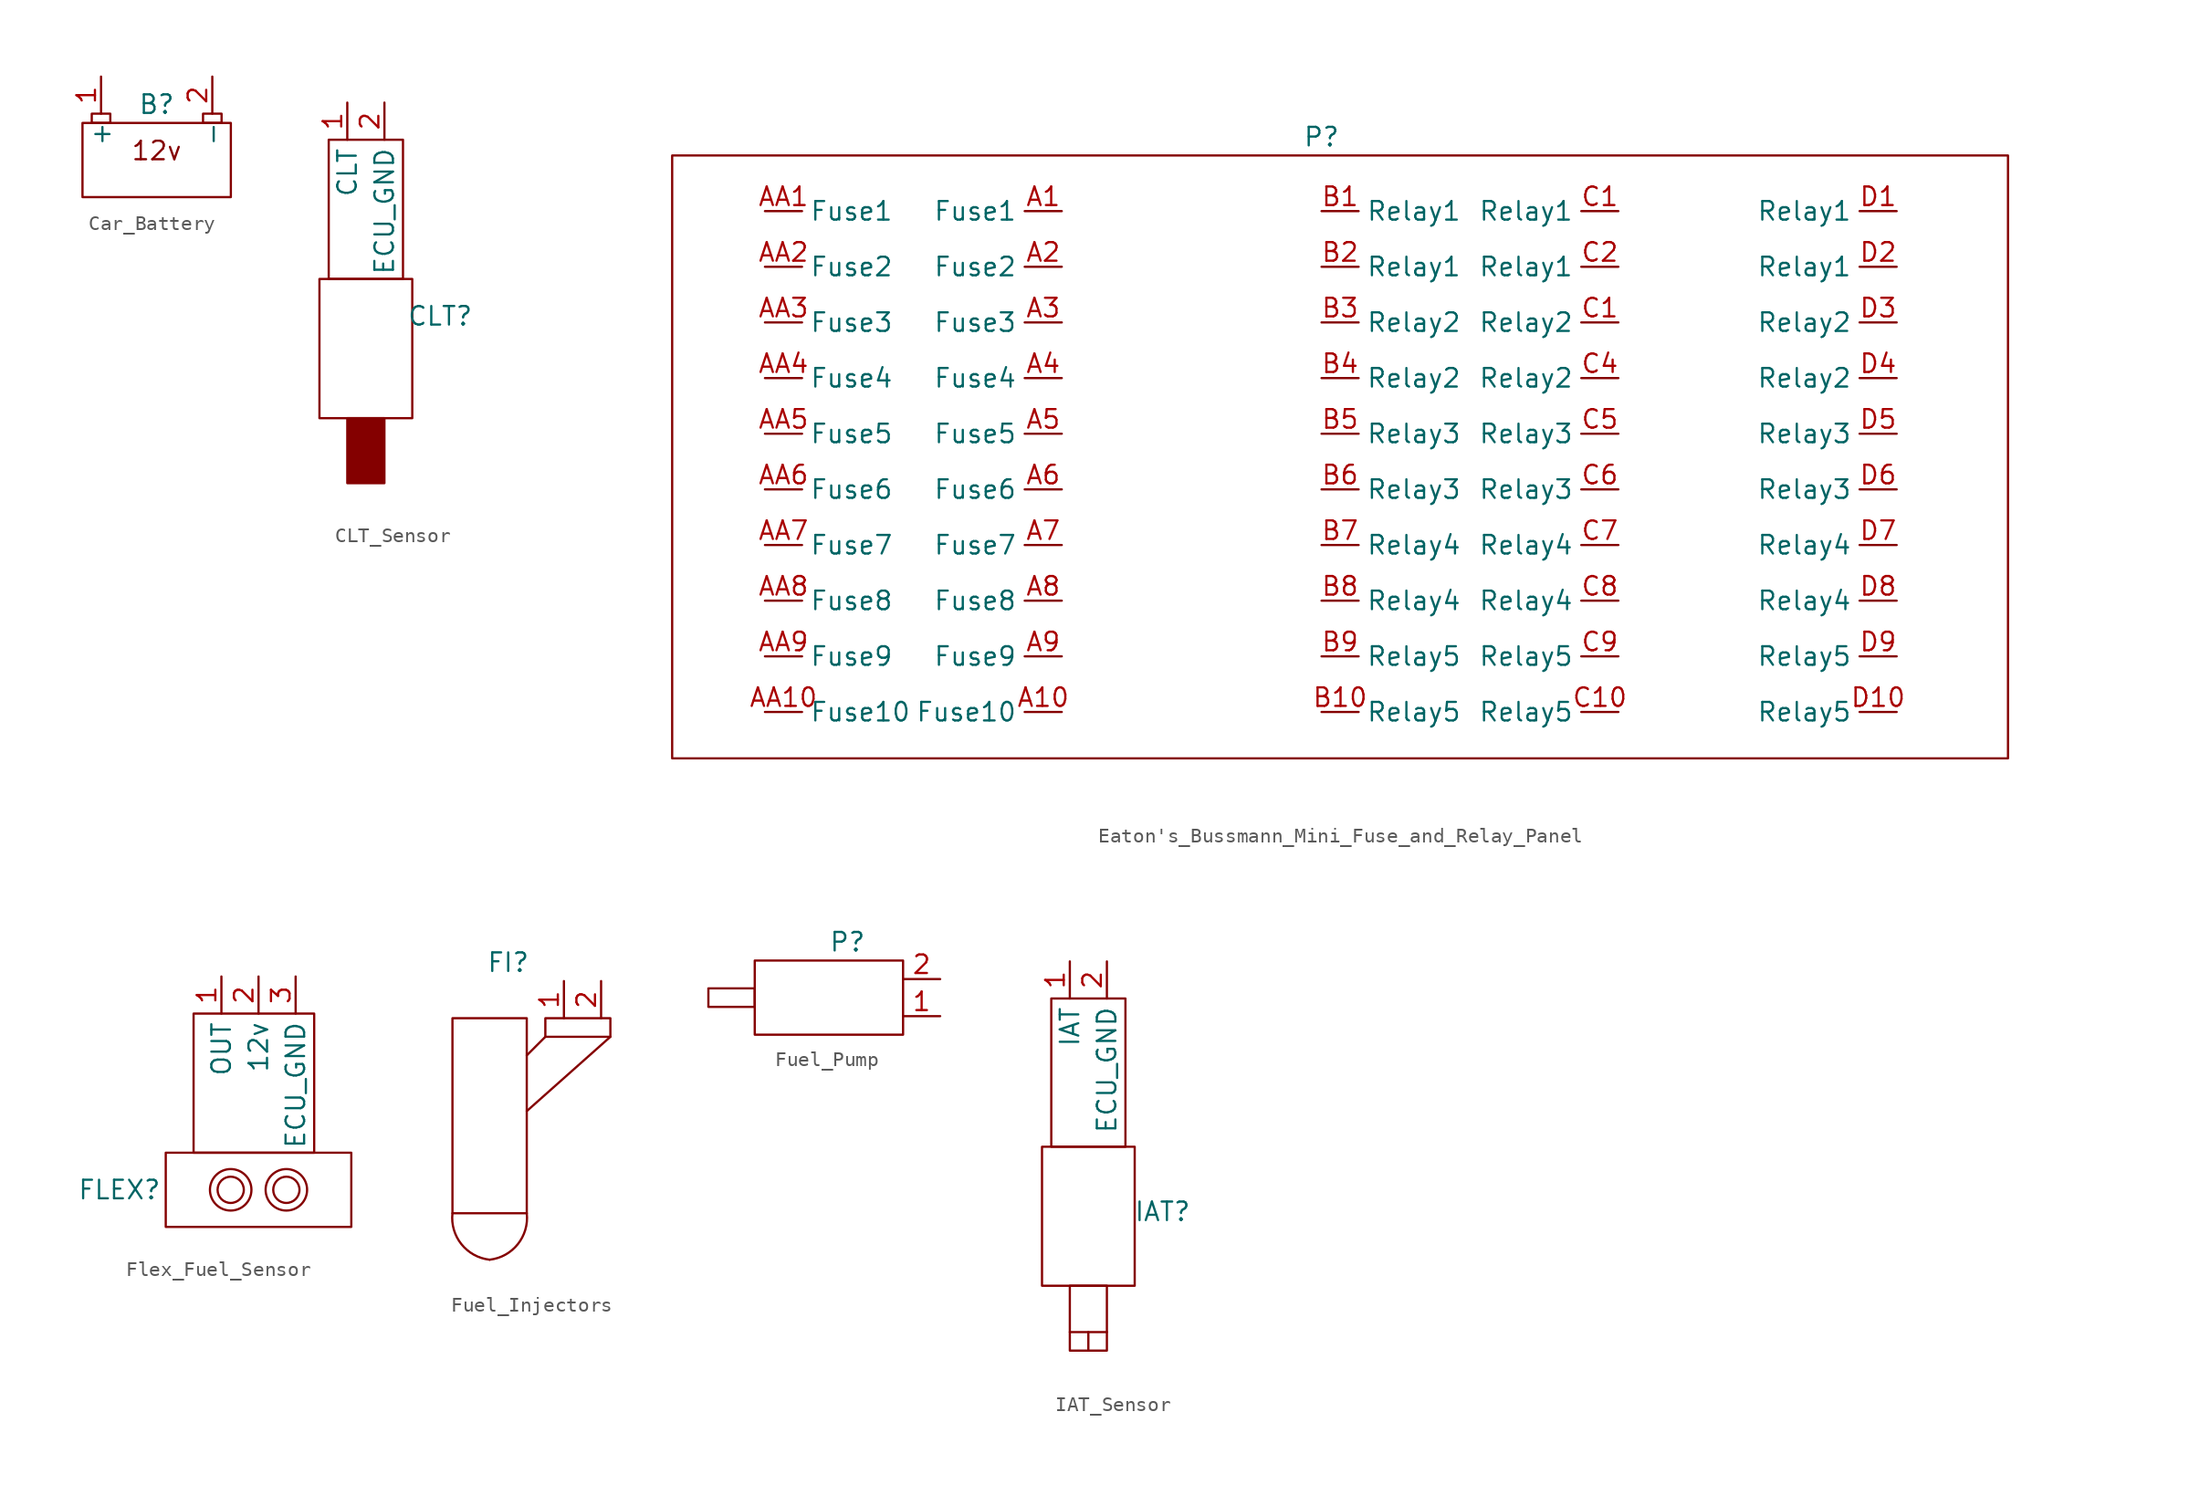
<source format=kicad_sym>
(kicad_symbol_lib
  (version 20220914)
  (generator kicad_symbol_editor)
  (symbol "Car_Battery"
    (property "Reference" "B"
      (at 0 -0.635 0)
      (effects (font (size 1.27 1.27))))
    (property "Value" ""
      (at 0 -0.635 0)
      (effects (font (size 1.27 1.27))))
    (symbol "Car_Battery_0_1"
      (rectangle (start -5.08 -1.905) (end 5.08 -6.985) (stroke (width 0) (type default)) (fill (type none)))
      (rectangle (start -4.445 -1.27) (end -3.175 -1.905) (stroke (width 0) (type default)) (fill (type none)))
      (rectangle (start 3.175 -1.27) (end 4.445 -1.905) (stroke (width 0) (type default)) (fill (type none))))
    (symbol "Car_Battery_1_1"
      (text "12v" (at 0 -3.81 0) (effects (font (size 1.27 1.27))))
      (pin power_out line (at -3.81 1.27 270) (length 2.54) (name "+" (effects (font (size 1.27 1.27)))) (number "1" (effects (font (size 1.27 1.27)))))
      (pin power_out line (at 3.81 1.27 270) (length 2.54) (name "-" (effects (font (size 1.27 1.27)))) (number "2" (effects (font (size 1.27 1.27)))))))
  (symbol "CLT_Sensor"
    (property "Reference" "CLT"
      (at 5.08 0.635 0)
      (effects (font (size 1.27 1.27))))
    (property "Value" ""
      (at 0 0.635 0)
      (effects (font (size 1.27 1.27))))
    (symbol "CLT_Sensor_0_1"
      (rectangle (start -3.175 3.175) (end 3.175 -6.35) (stroke (width 0) (type default)) (fill (type none)))
      (rectangle (start -2.54 12.7) (end 2.54 3.175) (stroke (width 0) (type default)) (fill (type none))))
    (symbol "CLT_Sensor_1_1"
      (rectangle (start -1.27 -6.35) (end 1.27 -10.795) (stroke (width 0) (type default)) (fill (type outline)))
      (pin input line (at -1.27 15.24 270) (length 2.54) (name "CLT" (effects (font (size 1.27 1.27)))) (number "1" (effects (font (size 1.27 1.27)))))
      (pin output line (at 1.27 15.24 270) (length 2.54) (name "ECU_GND" (effects (font (size 1.27 1.27)))) (number "2" (effects (font (size 1.27 1.27)))))))
  (symbol "Eaton's_Bussmann_Mini_Fuse_and_Relay_Panel"
    (property "Reference" "P"
      (at 0 20.32 0)
      (effects (font (size 1.27 1.27))))
    (property "Value" ""
      (at -14.605 -17.145 0)
      (effects (font (size 1.27 1.27))))
    (symbol "Eaton's_Bussmann_Mini_Fuse_and_Relay_Panel_0_1"
      (rectangle (start -44.45 19.05) (end 46.99 -22.225) (stroke (width 0) (type default)) (fill (type none))))
    (symbol "Eaton's_Bussmann_Mini_Fuse_and_Relay_Panel_1_1"
      (pin output line (at -17.78 15.24 180) (length 2.54) (name "Fuse1" (effects (font (size 1.27 1.27)))) (number "A1" (effects (font (size 1.27 1.27)))))
      (pin output line (at -17.78 -19.05 180) (length 2.54) (name "Fuse10" (effects (font (size 1.27 1.27)))) (number "A10" (effects (font (size 1.27 1.27)))))
      (pin output line (at -17.78 11.43 180) (length 2.54) (name "Fuse2" (effects (font (size 1.27 1.27)))) (number "A2" (effects (font (size 1.27 1.27)))))
      (pin output line (at -17.78 7.62 180) (length 2.54) (name "Fuse3" (effects (font (size 1.27 1.27)))) (number "A3" (effects (font (size 1.27 1.27)))))
      (pin output line (at -17.78 3.81 180) (length 2.54) (name "Fuse4" (effects (font (size 1.27 1.27)))) (number "A4" (effects (font (size 1.27 1.27)))))
      (pin output line (at -17.78 0 180) (length 2.54) (name "Fuse5" (effects (font (size 1.27 1.27)))) (number "A5" (effects (font (size 1.27 1.27)))))
      (pin output line (at -17.78 -3.81 180) (length 2.54) (name "Fuse6" (effects (font (size 1.27 1.27)))) (number "A6" (effects (font (size 1.27 1.27)))))
      (pin output line (at -17.78 -7.62 180) (length 2.54) (name "Fuse7" (effects (font (size 1.27 1.27)))) (number "A7" (effects (font (size 1.27 1.27)))))
      (pin output line (at -17.78 -11.43 180) (length 2.54) (name "Fuse8" (effects (font (size 1.27 1.27)))) (number "A8" (effects (font (size 1.27 1.27)))))
      (pin output line (at -17.78 -15.24 180) (length 2.54) (name "Fuse9" (effects (font (size 1.27 1.27)))) (number "A9" (effects (font (size 1.27 1.27)))))
      (pin input line (at -38.1 15.24 0) (length 2.54) (name "Fuse1" (effects (font (size 1.27 1.27)))) (number "AA1" (effects (font (size 1.27 1.27)))))
      (pin input line (at -38.1 -19.05 0) (length 2.54) (name "Fuse10" (effects (font (size 1.27 1.27)))) (number "AA10" (effects (font (size 1.27 1.27)))))
      (pin input line (at -38.1 11.43 0) (length 2.54) (name "Fuse2" (effects (font (size 1.27 1.27)))) (number "AA2" (effects (font (size 1.27 1.27)))))
      (pin input line (at -38.1 7.62 0) (length 2.54) (name "Fuse3" (effects (font (size 1.27 1.27)))) (number "AA3" (effects (font (size 1.27 1.27)))))
      (pin input line (at -38.1 3.81 0) (length 2.54) (name "Fuse4" (effects (font (size 1.27 1.27)))) (number "AA4" (effects (font (size 1.27 1.27)))))
      (pin input line (at -38.1 0 0) (length 2.54) (name "Fuse5" (effects (font (size 1.27 1.27)))) (number "AA5" (effects (font (size 1.27 1.27)))))
      (pin input line (at -38.1 -3.81 0) (length 2.54) (name "Fuse6" (effects (font (size 1.27 1.27)))) (number "AA6" (effects (font (size 1.27 1.27)))))
      (pin input line (at -38.1 -7.62 0) (length 2.54) (name "Fuse7" (effects (font (size 1.27 1.27)))) (number "AA7" (effects (font (size 1.27 1.27)))))
      (pin input line (at -38.1 -11.43 0) (length 2.54) (name "Fuse8" (effects (font (size 1.27 1.27)))) (number "AA8" (effects (font (size 1.27 1.27)))))
      (pin input line (at -38.1 -15.24 0) (length 2.54) (name "Fuse9" (effects (font (size 1.27 1.27)))) (number "AA9" (effects (font (size 1.27 1.27)))))
      (pin input line (at 0 15.24 0) (length 2.54) (name "Relay1" (effects (font (size 1.27 1.27)))) (number "B1" (effects (font (size 1.27 1.27)))))
      (pin input line (at 0 -19.05 0) (length 2.54) (name "Relay5" (effects (font (size 1.27 1.27)))) (number "B10" (effects (font (size 1.27 1.27)))))
      (pin input line (at 0 11.43 0) (length 2.54) (name "Relay1" (effects (font (size 1.27 1.27)))) (number "B2" (effects (font (size 1.27 1.27)))))
      (pin input line (at 0 7.62 0) (length 2.54) (name "Relay2" (effects (font (size 1.27 1.27)))) (number "B3" (effects (font (size 1.27 1.27)))))
      (pin input line (at 0 3.81 0) (length 2.54) (name "Relay2" (effects (font (size 1.27 1.27)))) (number "B4" (effects (font (size 1.27 1.27)))))
      (pin input line (at 0 0 0) (length 2.54) (name "Relay3" (effects (font (size 1.27 1.27)))) (number "B5" (effects (font (size 1.27 1.27)))))
      (pin input line (at 0 -3.81 0) (length 2.54) (name "Relay3" (effects (font (size 1.27 1.27)))) (number "B6" (effects (font (size 1.27 1.27)))))
      (pin input line (at 0 -7.62 0) (length 2.54) (name "Relay4" (effects (font (size 1.27 1.27)))) (number "B7" (effects (font (size 1.27 1.27)))))
      (pin input line (at 0 -11.43 0) (length 2.54) (name "Relay4" (effects (font (size 1.27 1.27)))) (number "B8" (effects (font (size 1.27 1.27)))))
      (pin input line (at 0 -15.24 0) (length 2.54) (name "Relay5" (effects (font (size 1.27 1.27)))) (number "B9" (effects (font (size 1.27 1.27)))))
      (pin output line (at 20.32 15.24 180) (length 2.54) (name "Relay1" (effects (font (size 1.27 1.27)))) (number "C1" (effects (font (size 1.27 1.27)))))
      (pin output line (at 20.32 7.62 180) (length 2.54) (name "Relay2" (effects (font (size 1.27 1.27)))) (number "C1" (effects (font (size 1.27 1.27)))))
      (pin output line (at 20.32 -19.05 180) (length 2.54) (name "Relay5" (effects (font (size 1.27 1.27)))) (number "C10" (effects (font (size 1.27 1.27)))))
      (pin output line (at 20.32 11.43 180) (length 2.54) (name "Relay1" (effects (font (size 1.27 1.27)))) (number "C2" (effects (font (size 1.27 1.27)))))
      (pin output line (at 20.32 3.81 180) (length 2.54) (name "Relay2" (effects (font (size 1.27 1.27)))) (number "C4" (effects (font (size 1.27 1.27)))))
      (pin output line (at 20.32 0 180) (length 2.54) (name "Relay3" (effects (font (size 1.27 1.27)))) (number "C5" (effects (font (size 1.27 1.27)))))
      (pin output line (at 20.32 -3.81 180) (length 2.54) (name "Relay3" (effects (font (size 1.27 1.27)))) (number "C6" (effects (font (size 1.27 1.27)))))
      (pin output line (at 20.32 -7.62 180) (length 2.54) (name "Relay4" (effects (font (size 1.27 1.27)))) (number "C7" (effects (font (size 1.27 1.27)))))
      (pin output line (at 20.32 -11.43 180) (length 2.54) (name "Relay4" (effects (font (size 1.27 1.27)))) (number "C8" (effects (font (size 1.27 1.27)))))
      (pin output line (at 20.32 -15.24 180) (length 2.54) (name "Relay5" (effects (font (size 1.27 1.27)))) (number "C9" (effects (font (size 1.27 1.27)))))
      (pin output line (at 39.37 15.24 180) (length 2.54) (name "Relay1" (effects (font (size 1.27 1.27)))) (number "D1" (effects (font (size 1.27 1.27)))))
      (pin output line (at 39.37 -19.05 180) (length 2.54) (name "Relay5" (effects (font (size 1.27 1.27)))) (number "D10" (effects (font (size 1.27 1.27)))))
      (pin output line (at 39.37 11.43 180) (length 2.54) (name "Relay1" (effects (font (size 1.27 1.27)))) (number "D2" (effects (font (size 1.27 1.27)))))
      (pin output line (at 39.37 7.62 180) (length 2.54) (name "Relay2" (effects (font (size 1.27 1.27)))) (number "D3" (effects (font (size 1.27 1.27)))))
      (pin output line (at 39.37 3.81 180) (length 2.54) (name "Relay2" (effects (font (size 1.27 1.27)))) (number "D4" (effects (font (size 1.27 1.27)))))
      (pin output line (at 39.37 0 180) (length 2.54) (name "Relay3" (effects (font (size 1.27 1.27)))) (number "D5" (effects (font (size 1.27 1.27)))))
      (pin output line (at 39.37 -3.81 180) (length 2.54) (name "Relay3" (effects (font (size 1.27 1.27)))) (number "D6" (effects (font (size 1.27 1.27)))))
      (pin output line (at 39.37 -7.62 180) (length 2.54) (name "Relay4" (effects (font (size 1.27 1.27)))) (number "D7" (effects (font (size 1.27 1.27)))))
      (pin output line (at 39.37 -11.43 180) (length 2.54) (name "Relay4" (effects (font (size 1.27 1.27)))) (number "D8" (effects (font (size 1.27 1.27)))))
      (pin output line (at 39.37 -15.24 180) (length 2.54) (name "Relay5" (effects (font (size 1.27 1.27)))) (number "D9" (effects (font (size 1.27 1.27)))))))
  (symbol "Flex_Fuel_Sensor"
    (property "Reference" "FLEX"
      (at -9.525 -16.51 0)
      (effects (font (size 1.27 1.27))))
    (property "Value" ""
      (at 0 0 0)
      (effects (font (size 1.27 1.27))))
    (symbol "Flex_Fuel_Sensor_0_1"
      (rectangle (start -6.35 -13.97) (end 6.35 -19.05) (stroke (width 0) (type default)) (fill (type none)))
      (rectangle (start -4.445 -4.445) (end 3.81 -13.97) (stroke (width 0) (type default)) (fill (type none)))
      (circle (center -1.905 -16.51) (radius 0.898) (stroke (width 0) (type default)) (fill (type none)))
      (circle (center -1.905 -16.51) (radius 1.42) (stroke (width 0) (type default)) (fill (type none)))
      (circle (center 1.905 -16.51) (radius 0.898) (stroke (width 0) (type default)) (fill (type none)))
      (circle (center 1.905 -16.51) (radius 1.42) (stroke (width 0) (type default)) (fill (type none))))
    (symbol "Flex_Fuel_Sensor_1_1"
      (pin output line (at -2.54 -1.905 270) (length 2.54) (name "OUT" (effects (font (size 1.27 1.27)))) (number "1" (effects (font (size 1.27 1.27)))))
      (pin input line (at 0 -1.905 270) (length 2.54) (name "12v" (effects (font (size 1.27 1.27)))) (number "2" (effects (font (size 1.27 1.27)))))
      (pin input line (at 2.54 -1.905 270) (length 2.54) (name "ECU_GND" (effects (font (size 1.27 1.27)))) (number "3" (effects (font (size 1.27 1.27)))))))
  (symbol "Fuel_Injectors"
    (property "Reference" "FI"
      (at 0 7.62 0)
      (effects (font (size 1.27 1.27))))
    (property "Value" ""
      (at 0 0 0)
      (effects (font (size 1.27 1.27))))
    (symbol "Fuel_Injectors_0_1"
      (arc (start -3.81 -9.525) (mid -3.1976 -11.6386) (end -1.27 -12.7) (stroke (width 0) (type default)) (fill (type none)))
      (rectangle (start -3.81 3.81) (end 1.27 -9.525) (stroke (width 0) (type default)) (fill (type none)))
      (arc (start -1.27 -12.7) (mid 0.6576 -11.6386) (end 1.27 -9.525) (stroke (width 0) (type default)) (fill (type none)))
      (polyline (pts (xy 6.985 2.54) (xy 1.27 -2.54)) (stroke (width 0) (type default)) (fill (type none)))
      (polyline (pts (xy 2.54 2.54) (xy 1.27 1.27) (xy 1.905 1.905)) (stroke (width 0) (type default)) (fill (type none)))
      (rectangle (start 2.54 3.81) (end 6.985 2.54) (stroke (width 0) (type default)) (fill (type none))))
    (symbol "Fuel_Injectors_1_1"
      (pin output line (at 3.81 6.35 270) (length 2.54) (name "" (effects (font (size 1.27 1.27)))) (number "1" (effects (font (size 1.27 1.27)))))
      (pin input line (at 6.35 6.35 270) (length 2.54) (name "" (effects (font (size 1.27 1.27)))) (number "2" (effects (font (size 1.27 1.27)))))))
  (symbol "Fuel_Pump"
    (property "Reference" "P"
      (at 0 2.54 0)
      (effects (font (size 1.27 1.27))))
    (property "Value" ""
      (at 0 0 0)
      (effects (font (size 1.27 1.27))))
    (symbol "Fuel_Pump_0_1"
      (rectangle (start -9.525 -0.635) (end -6.35 -1.905) (stroke (width 0) (type default)) (fill (type none)))
      (rectangle (start -6.35 1.27) (end 3.81 -3.81) (stroke (width 0) (type default)) (fill (type none))))
    (symbol "Fuel_Pump_1_1"
      (pin input line (at 6.35 -2.54 180) (length 2.54) (name "" (effects (font (size 1.27 1.27)))) (number "1" (effects (font (size 1.27 1.27)))))
      (pin output line (at 6.35 0 180) (length 2.54) (name "" (effects (font (size 1.27 1.27)))) (number "2" (effects (font (size 1.27 1.27)))))))
  (symbol "IAT_Sensor"
    (property "Reference" "IAT"
      (at 5.08 -9.525 0)
      (effects (font (size 1.27 1.27))))
    (property "Value" ""
      (at 0 -9.525 0)
      (effects (font (size 1.27 1.27))))
    (symbol "IAT_Sensor_0_1"
      (rectangle (start -3.175 -5.08) (end 3.175 -14.605) (stroke (width 0) (type default)) (fill (type none)))
      (rectangle (start -2.54 5.08) (end 2.54 -5.08) (stroke (width 0) (type default)) (fill (type none)))
      (rectangle (start -1.27 -14.605) (end 1.27 -19.05) (stroke (width 0) (type default)) (fill (type none)))
      (polyline (pts (xy 0 -19.05) (xy 0 -17.78)) (stroke (width 0) (type default)) (fill (type none)))
      (polyline (pts (xy -1.27 -17.78) (xy 1.27 -17.78) (xy 1.27 -17.78)) (stroke (width 0) (type default)) (fill (type none))))
    (symbol "IAT_Sensor_1_1"
      (pin input line (at -1.27 7.62 270) (length 2.54) (name "IAT" (effects (font (size 1.27 1.27)))) (number "1" (effects (font (size 1.27 1.27)))))
      (pin output line (at 1.27 7.62 270) (length 2.54) (name "ECU_GND" (effects (font (size 1.27 1.27)))) (number "2" (effects (font (size 1.27 1.27))))))))
</source>
